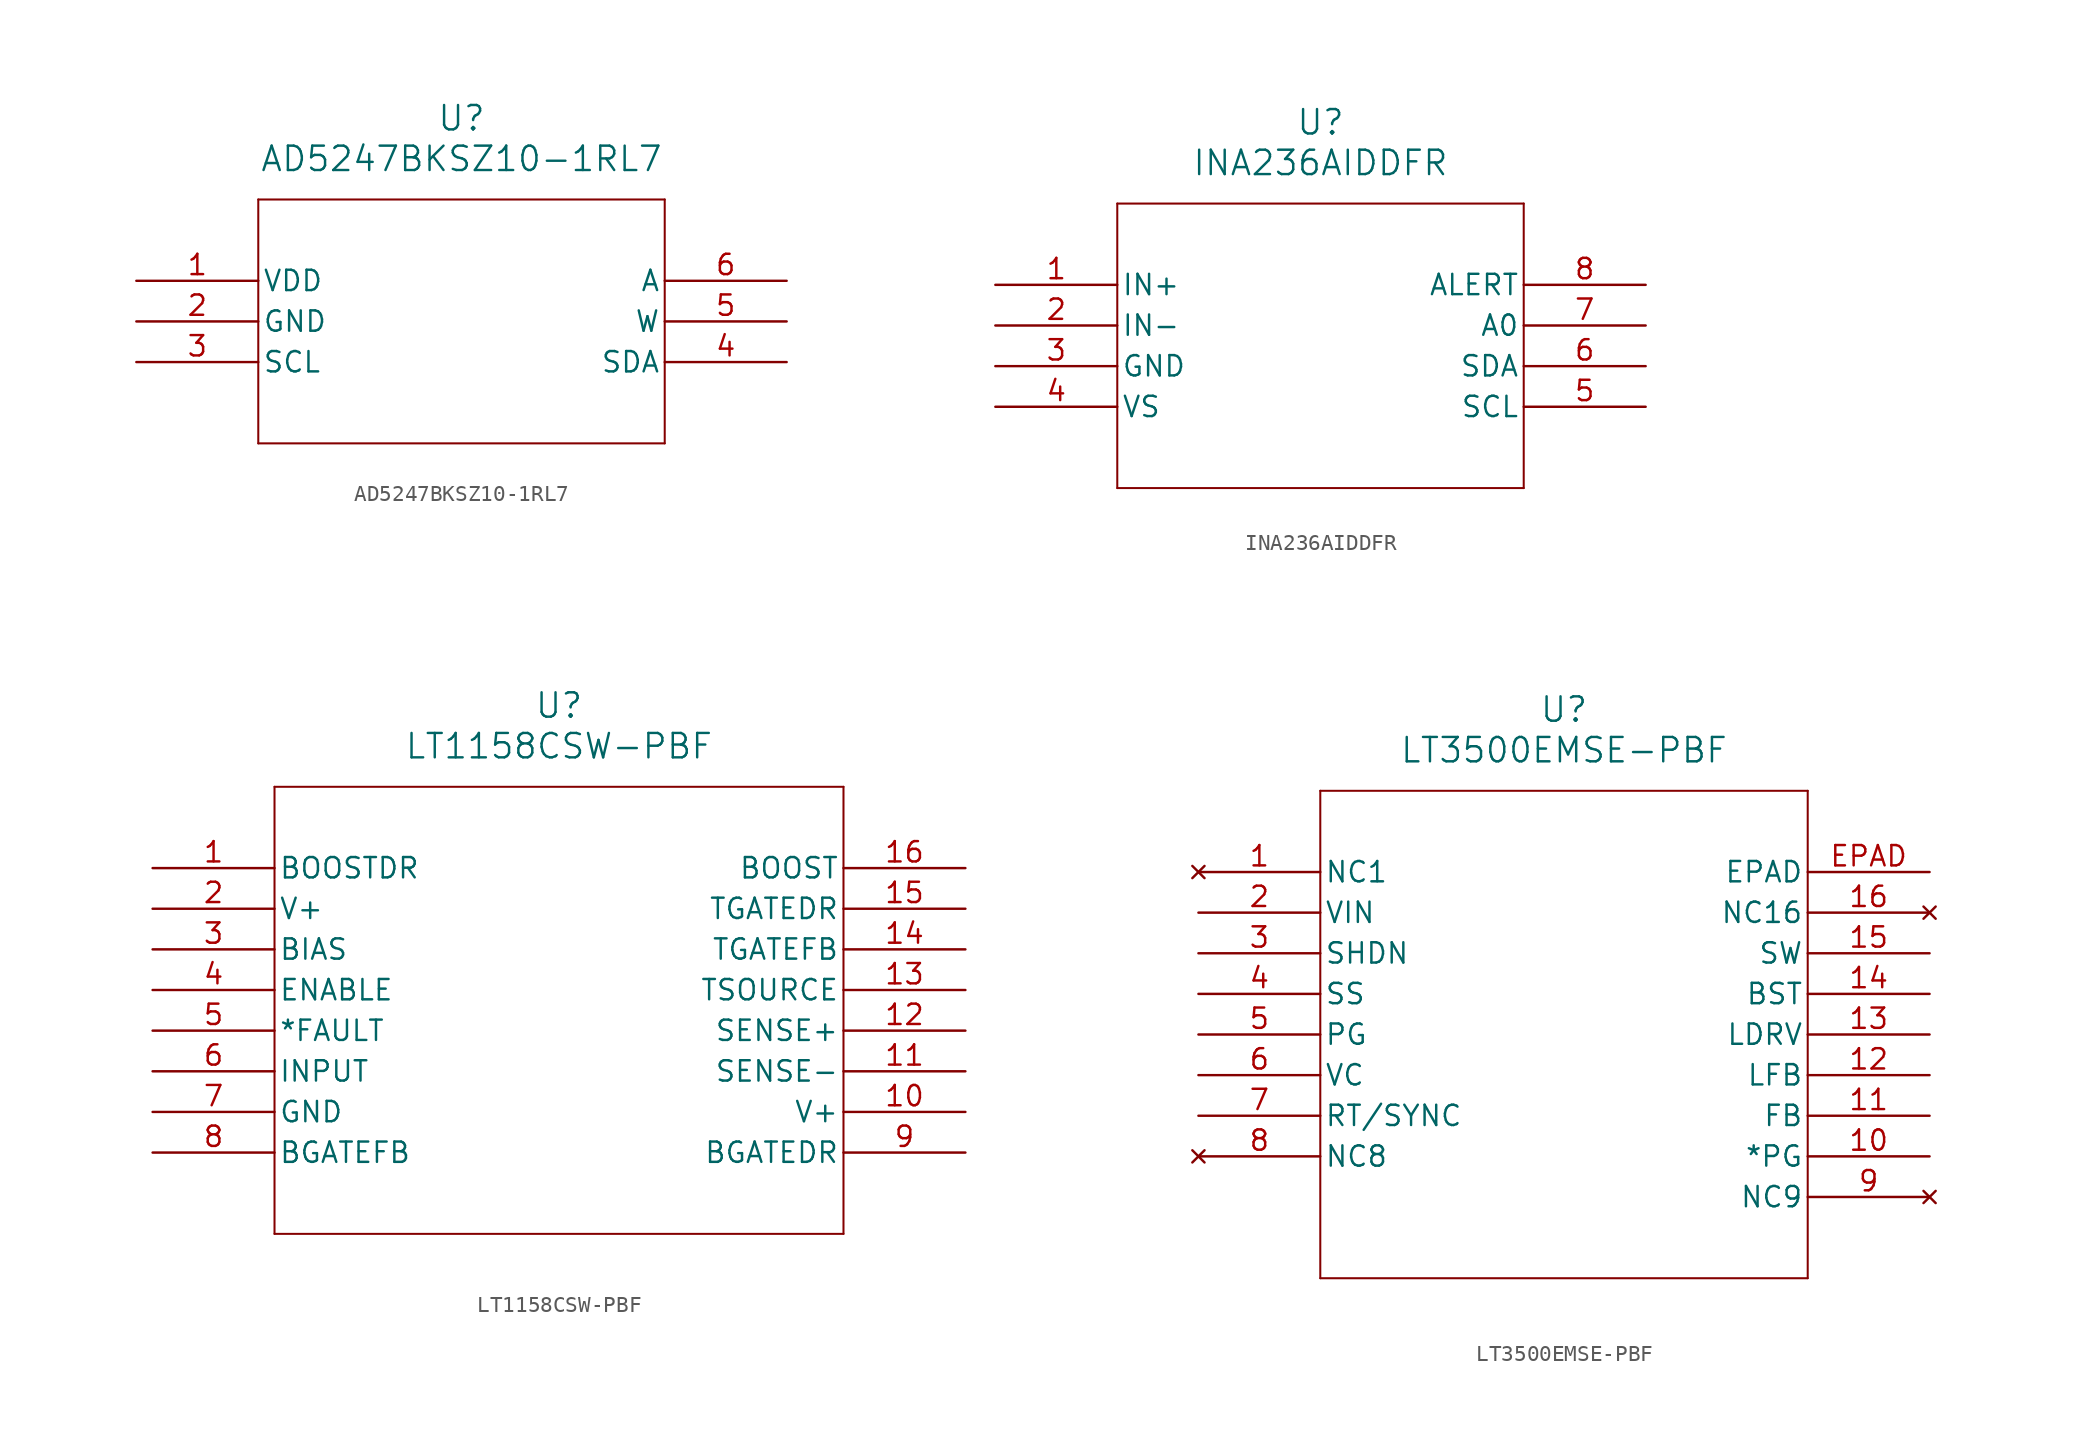
<source format=kicad_sym>
(kicad_symbol_lib
  (version 20231120)
  (generator "kicad_symbol_editor")
  (generator_version "8.0")
  (symbol "AD5247BKSZ10-1RL7"
    (pin_names
      (offset 0.254))
    (property "Reference" "U"
      (at 20.32 10.16 0)
      (effects (font (size 1.524 1.524))))
    (property "Value" "AD5247BKSZ10-1RL7"
      (at 20.32 7.62 0)
      (effects (font (size 1.524 1.524))))
    (property "ki_locked" ""
      (at 0 0 0)
      (effects (font (size 1.27 1.27))))
    (symbol "AD5247BKSZ10-1RL7_0_1"
      (polyline (pts (xy 7.62 -10.16) (xy 33.02 -10.16)) (stroke (width 0.127) (type default)) (fill (type none)))
      (polyline (pts (xy 7.62 5.08) (xy 7.62 -10.16)) (stroke (width 0.127) (type default)) (fill (type none)))
      (polyline (pts (xy 33.02 -10.16) (xy 33.02 5.08)) (stroke (width 0.127) (type default)) (fill (type none)))
      (polyline (pts (xy 33.02 5.08) (xy 7.62 5.08)) (stroke (width 0.127) (type default)) (fill (type none)))
      (pin power_in line (at 0 0 0) (length 7.62) (name "VDD" (effects (font (size 1.27 1.27)))) (number "1" (effects (font (size 1.27 1.27)))))
      (pin unspecified line (at 0 -2.54 0) (length 7.62) (name "GND" (effects (font (size 1.27 1.27)))) (number "2" (effects (font (size 1.27 1.27)))))
      (pin unspecified line (at 0 -5.08 0) (length 7.62) (name "SCL" (effects (font (size 1.27 1.27)))) (number "3" (effects (font (size 1.27 1.27)))))
      (pin unspecified line (at 40.64 -5.08 180) (length 7.62) (name "SDA" (effects (font (size 1.27 1.27)))) (number "4" (effects (font (size 1.27 1.27)))))
      (pin unspecified line (at 40.64 -2.54 180) (length 7.62) (name "W" (effects (font (size 1.27 1.27)))) (number "5" (effects (font (size 1.27 1.27)))))
      (pin unspecified line (at 40.64 0 180) (length 7.62) (name "A" (effects (font (size 1.27 1.27)))) (number "6" (effects (font (size 1.27 1.27)))))))
  (symbol "INA236AIDDFR"
    (pin_names
      (offset 0.254))
    (property "Reference" "U"
      (at 20.32 10.16 0)
      (effects (font (size 1.524 1.524))))
    (property "Value" "INA236AIDDFR"
      (at 20.32 7.62 0)
      (effects (font (size 1.524 1.524))))
    (property "ki_locked" ""
      (at 0 0 0)
      (effects (font (size 1.27 1.27))))
    (symbol "INA236AIDDFR_0_1"
      (polyline (pts (xy 7.62 -12.7) (xy 33.02 -12.7)) (stroke (width 0.127) (type default)) (fill (type none)))
      (polyline (pts (xy 7.62 5.08) (xy 7.62 -12.7)) (stroke (width 0.127) (type default)) (fill (type none)))
      (polyline (pts (xy 33.02 -12.7) (xy 33.02 5.08)) (stroke (width 0.127) (type default)) (fill (type none)))
      (polyline (pts (xy 33.02 5.08) (xy 7.62 5.08)) (stroke (width 0.127) (type default)) (fill (type none)))
      (pin input line (at 0 0 0) (length 7.62) (name "IN+" (effects (font (size 1.27 1.27)))) (number "1" (effects (font (size 1.27 1.27)))))
      (pin input line (at 0 -2.54 0) (length 7.62) (name "IN-" (effects (font (size 1.27 1.27)))) (number "2" (effects (font (size 1.27 1.27)))))
      (pin power_out line (at 0 -5.08 0) (length 7.62) (name "GND" (effects (font (size 1.27 1.27)))) (number "3" (effects (font (size 1.27 1.27)))))
      (pin power_in line (at 0 -7.62 0) (length 7.62) (name "VS" (effects (font (size 1.27 1.27)))) (number "4" (effects (font (size 1.27 1.27)))))
      (pin input line (at 40.64 -7.62 180) (length 7.62) (name "SCL" (effects (font (size 1.27 1.27)))) (number "5" (effects (font (size 1.27 1.27)))))
      (pin bidirectional line (at 40.64 -5.08 180) (length 7.62) (name "SDA" (effects (font (size 1.27 1.27)))) (number "6" (effects (font (size 1.27 1.27)))))
      (pin input line (at 40.64 -2.54 180) (length 7.62) (name "A0" (effects (font (size 1.27 1.27)))) (number "7" (effects (font (size 1.27 1.27)))))
      (pin output line (at 40.64 0 180) (length 7.62) (name "ALERT" (effects (font (size 1.27 1.27)))) (number "8" (effects (font (size 1.27 1.27)))))))
  (symbol "LT1158CSW-PBF"
    (pin_names
      (offset 0.254))
    (property "Reference" "U"
      (at 25.4 10.16 0)
      (effects (font (size 1.524 1.524))))
    (property "Value" "LT1158CSW-PBF"
      (at 25.4 7.62 0)
      (effects (font (size 1.524 1.524))))
    (property "ki_locked" ""
      (at 0 0 0)
      (effects (font (size 1.27 1.27))))
    (symbol "LT1158CSW-PBF_0_1"
      (polyline (pts (xy 7.62 -22.86) (xy 43.18 -22.86)) (stroke (width 0.127) (type default)) (fill (type none)))
      (polyline (pts (xy 7.62 5.08) (xy 7.62 -22.86)) (stroke (width 0.127) (type default)) (fill (type none)))
      (polyline (pts (xy 43.18 -22.86) (xy 43.18 5.08)) (stroke (width 0.127) (type default)) (fill (type none)))
      (polyline (pts (xy 43.18 5.08) (xy 7.62 5.08)) (stroke (width 0.127) (type default)) (fill (type none)))
      (pin unspecified line (at 0 0 0) (length 7.62) (name "BOOSTDR" (effects (font (size 1.27 1.27)))) (number "1" (effects (font (size 1.27 1.27)))))
      (pin power_in line (at 50.8 -15.24 180) (length 7.62) (name "V+" (effects (font (size 1.27 1.27)))) (number "10" (effects (font (size 1.27 1.27)))))
      (pin unspecified line (at 50.8 -12.7 180) (length 7.62) (name "SENSE-" (effects (font (size 1.27 1.27)))) (number "11" (effects (font (size 1.27 1.27)))))
      (pin unspecified line (at 50.8 -10.16 180) (length 7.62) (name "SENSE+" (effects (font (size 1.27 1.27)))) (number "12" (effects (font (size 1.27 1.27)))))
      (pin unspecified line (at 50.8 -7.62 180) (length 7.62) (name "TSOURCE" (effects (font (size 1.27 1.27)))) (number "13" (effects (font (size 1.27 1.27)))))
      (pin unspecified line (at 50.8 -5.08 180) (length 7.62) (name "TGATEFB" (effects (font (size 1.27 1.27)))) (number "14" (effects (font (size 1.27 1.27)))))
      (pin unspecified line (at 50.8 -2.54 180) (length 7.62) (name "TGATEDR" (effects (font (size 1.27 1.27)))) (number "15" (effects (font (size 1.27 1.27)))))
      (pin unspecified line (at 50.8 0 180) (length 7.62) (name "BOOST" (effects (font (size 1.27 1.27)))) (number "16" (effects (font (size 1.27 1.27)))))
      (pin power_in line (at 0 -2.54 0) (length 7.62) (name "V+" (effects (font (size 1.27 1.27)))) (number "2" (effects (font (size 1.27 1.27)))))
      (pin unspecified line (at 0 -5.08 0) (length 7.62) (name "BIAS" (effects (font (size 1.27 1.27)))) (number "3" (effects (font (size 1.27 1.27)))))
      (pin input line (at 0 -7.62 0) (length 7.62) (name "ENABLE" (effects (font (size 1.27 1.27)))) (number "4" (effects (font (size 1.27 1.27)))))
      (pin output line (at 0 -10.16 0) (length 7.62) (name "*FAULT" (effects (font (size 1.27 1.27)))) (number "5" (effects (font (size 1.27 1.27)))))
      (pin input line (at 0 -12.7 0) (length 7.62) (name "INPUT" (effects (font (size 1.27 1.27)))) (number "6" (effects (font (size 1.27 1.27)))))
      (pin power_in line (at 0 -15.24 0) (length 7.62) (name "GND" (effects (font (size 1.27 1.27)))) (number "7" (effects (font (size 1.27 1.27)))))
      (pin unspecified line (at 0 -17.78 0) (length 7.62) (name "BGATEFB" (effects (font (size 1.27 1.27)))) (number "8" (effects (font (size 1.27 1.27)))))
      (pin unspecified line (at 50.8 -17.78 180) (length 7.62) (name "BGATEDR" (effects (font (size 1.27 1.27)))) (number "9" (effects (font (size 1.27 1.27)))))))
  (symbol "LT3500EMSE-PBF"
    (pin_names
      (offset 0.254))
    (property "Reference" "U"
      (at 22.86 10.16 0)
      (effects (font (size 1.524 1.524))))
    (property "Value" "LT3500EMSE-PBF"
      (at 22.86 7.62 0)
      (effects (font (size 1.524 1.524))))
    (property "ki_locked" ""
      (at 0 0 0)
      (effects (font (size 1.27 1.27))))
    (symbol "LT3500EMSE-PBF_0_1"
      (polyline (pts (xy 7.62 -25.4) (xy 38.1 -25.4)) (stroke (width 0.127) (type default)) (fill (type none)))
      (polyline (pts (xy 7.62 5.08) (xy 7.62 -25.4)) (stroke (width 0.127) (type default)) (fill (type none)))
      (polyline (pts (xy 38.1 -25.4) (xy 38.1 5.08)) (stroke (width 0.127) (type default)) (fill (type none)))
      (polyline (pts (xy 38.1 5.08) (xy 7.62 5.08)) (stroke (width 0.127) (type default)) (fill (type none)))
      (pin no_connect line (at 0 0 0) (length 7.62) (name "NC1" (effects (font (size 1.27 1.27)))) (number "1" (effects (font (size 1.27 1.27)))))
      (pin output line (at 45.72 -17.78 180) (length 7.62) (name "*PG" (effects (font (size 1.27 1.27)))) (number "10" (effects (font (size 1.27 1.27)))))
      (pin input line (at 45.72 -15.24 180) (length 7.62) (name "FB" (effects (font (size 1.27 1.27)))) (number "11" (effects (font (size 1.27 1.27)))))
      (pin input line (at 45.72 -12.7 180) (length 7.62) (name "LFB" (effects (font (size 1.27 1.27)))) (number "12" (effects (font (size 1.27 1.27)))))
      (pin output line (at 45.72 -10.16 180) (length 7.62) (name "LDRV" (effects (font (size 1.27 1.27)))) (number "13" (effects (font (size 1.27 1.27)))))
      (pin unspecified line (at 45.72 -7.62 180) (length 7.62) (name "BST" (effects (font (size 1.27 1.27)))) (number "14" (effects (font (size 1.27 1.27)))))
      (pin unspecified line (at 45.72 -5.08 180) (length 7.62) (name "SW" (effects (font (size 1.27 1.27)))) (number "15" (effects (font (size 1.27 1.27)))))
      (pin no_connect line (at 45.72 -2.54 180) (length 7.62) (name "NC16" (effects (font (size 1.27 1.27)))) (number "16" (effects (font (size 1.27 1.27)))))
      (pin input line (at 0 -2.54 0) (length 7.62) (name "VIN" (effects (font (size 1.27 1.27)))) (number "2" (effects (font (size 1.27 1.27)))))
      (pin input line (at 0 -5.08 0) (length 7.62) (name "SHDN" (effects (font (size 1.27 1.27)))) (number "3" (effects (font (size 1.27 1.27)))))
      (pin output line (at 0 -7.62 0) (length 7.62) (name "SS" (effects (font (size 1.27 1.27)))) (number "4" (effects (font (size 1.27 1.27)))))
      (pin output line (at 0 -10.16 0) (length 7.62) (name "PG" (effects (font (size 1.27 1.27)))) (number "5" (effects (font (size 1.27 1.27)))))
      (pin output line (at 0 -12.7 0) (length 7.62) (name "VC" (effects (font (size 1.27 1.27)))) (number "6" (effects (font (size 1.27 1.27)))))
      (pin unspecified line (at 0 -15.24 0) (length 7.62) (name "RT/SYNC" (effects (font (size 1.27 1.27)))) (number "7" (effects (font (size 1.27 1.27)))))
      (pin no_connect line (at 0 -17.78 0) (length 7.62) (name "NC8" (effects (font (size 1.27 1.27)))) (number "8" (effects (font (size 1.27 1.27)))))
      (pin no_connect line (at 45.72 -20.32 180) (length 7.62) (name "NC9" (effects (font (size 1.27 1.27)))) (number "9" (effects (font (size 1.27 1.27)))))
      (pin unspecified line (at 45.72 0 180) (length 7.62) (name "EPAD" (effects (font (size 1.27 1.27)))) (number "EPAD" (effects (font (size 1.27 1.27))))))))
</source>
